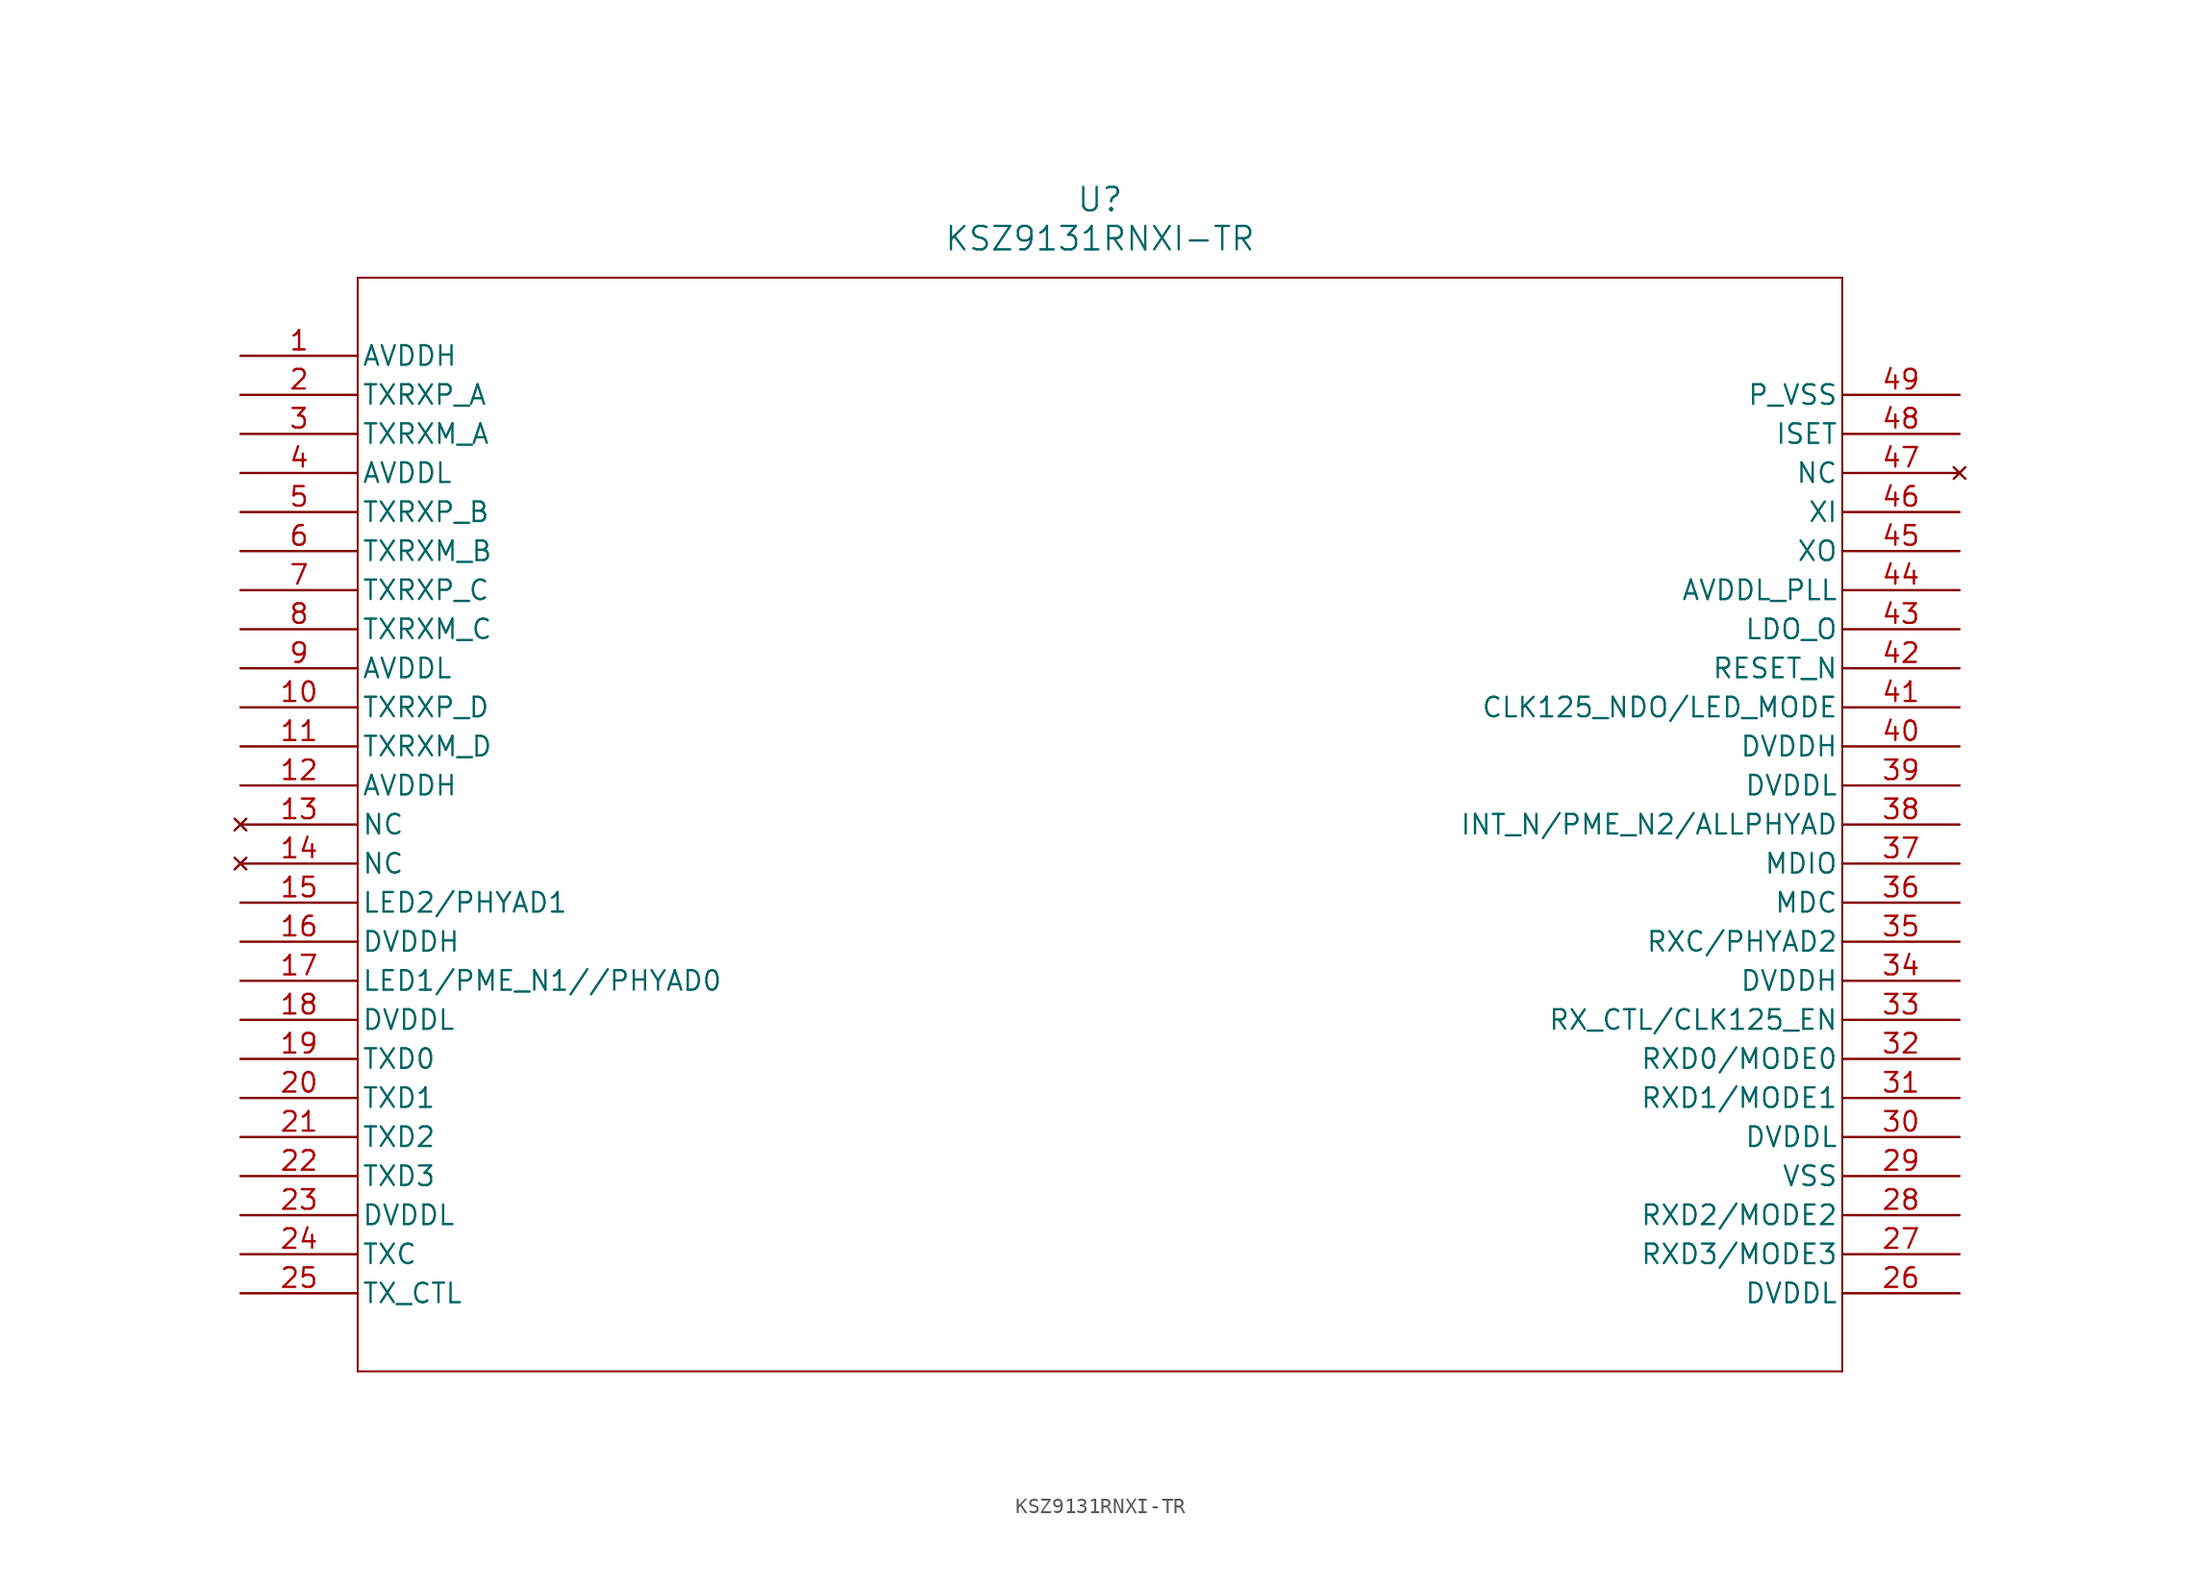
<source format=kicad_sym>
(kicad_symbol_lib
  (version 20211014)
  (generator kicad_symbol_editor)
  (symbol "KSZ9131RNXI-TR"
    (pin_names
      (offset 0.254))
    (property "Reference" "U"
      (at 55.88 10.16 0)
      (effects (font (size 1.524 1.524))))
    (property "Value" "KSZ9131RNXI-TR"
      (at 55.88 7.62 0)
      (effects (font (size 1.524 1.524))))
    (symbol "KSZ9131RNXI-TR_0_1"
      (polyline (pts (xy 7.62 5.08) (xy 7.62 -66.04)) (stroke (width 0.127) (type default) (color 0 0 0 0)) (fill (type none)))
      (polyline (pts (xy 7.62 -66.04) (xy 104.14 -66.04)) (stroke (width 0.127) (type default) (color 0 0 0 0)) (fill (type none)))
      (polyline (pts (xy 104.14 -66.04) (xy 104.14 5.08)) (stroke (width 0.127) (type default) (color 0 0 0 0)) (fill (type none)))
      (polyline (pts (xy 104.14 5.08) (xy 7.62 5.08)) (stroke (width 0.127) (type default) (color 0 0 0 0)) (fill (type none)))
      (pin power_in line (at 0 0 0) (length 7.62) (name "AVDDH" (effects (font (size 1.27 1.27)))) (number "1" (effects (font (size 1.27 1.27)))))
      (pin unspecified line (at 0 -2.54 0) (length 7.62) (name "TXRXP_A" (effects (font (size 1.27 1.27)))) (number "2" (effects (font (size 1.27 1.27)))))
      (pin unspecified line (at 0 -5.08 0) (length 7.62) (name "TXRXM_A" (effects (font (size 1.27 1.27)))) (number "3" (effects (font (size 1.27 1.27)))))
      (pin power_in line (at 0 -7.62 0) (length 7.62) (name "AVDDL" (effects (font (size 1.27 1.27)))) (number "4" (effects (font (size 1.27 1.27)))))
      (pin unspecified line (at 0 -10.16 0) (length 7.62) (name "TXRXP_B" (effects (font (size 1.27 1.27)))) (number "5" (effects (font (size 1.27 1.27)))))
      (pin unspecified line (at 0 -12.7 0) (length 7.62) (name "TXRXM_B" (effects (font (size 1.27 1.27)))) (number "6" (effects (font (size 1.27 1.27)))))
      (pin unspecified line (at 0 -15.24 0) (length 7.62) (name "TXRXP_C" (effects (font (size 1.27 1.27)))) (number "7" (effects (font (size 1.27 1.27)))))
      (pin unspecified line (at 0 -17.78 0) (length 7.62) (name "TXRXM_C" (effects (font (size 1.27 1.27)))) (number "8" (effects (font (size 1.27 1.27)))))
      (pin power_in line (at 0 -20.32 0) (length 7.62) (name "AVDDL" (effects (font (size 1.27 1.27)))) (number "9" (effects (font (size 1.27 1.27)))))
      (pin unspecified line (at 0 -22.86 0) (length 7.62) (name "TXRXP_D" (effects (font (size 1.27 1.27)))) (number "10" (effects (font (size 1.27 1.27)))))
      (pin unspecified line (at 0 -25.4 0) (length 7.62) (name "TXRXM_D" (effects (font (size 1.27 1.27)))) (number "11" (effects (font (size 1.27 1.27)))))
      (pin power_in line (at 0 -27.94 0) (length 7.62) (name "AVDDH" (effects (font (size 1.27 1.27)))) (number "12" (effects (font (size 1.27 1.27)))))
      (pin no_connect line (at 0 -30.48 0) (length 7.62) (name "NC" (effects (font (size 1.27 1.27)))) (number "13" (effects (font (size 1.27 1.27)))))
      (pin no_connect line (at 0 -33.02 0) (length 7.62) (name "NC" (effects (font (size 1.27 1.27)))) (number "14" (effects (font (size 1.27 1.27)))))
      (pin bidirectional line (at 0 -35.56 0) (length 7.62) (name "LED2/PHYAD1" (effects (font (size 1.27 1.27)))) (number "15" (effects (font (size 1.27 1.27)))))
      (pin power_in line (at 0 -38.1 0) (length 7.62) (name "DVDDH" (effects (font (size 1.27 1.27)))) (number "16" (effects (font (size 1.27 1.27)))))
      (pin bidirectional line (at 0 -40.64 0) (length 7.62) (name "LED1/PME_N1//PHYAD0" (effects (font (size 1.27 1.27)))) (number "17" (effects (font (size 1.27 1.27)))))
      (pin power_in line (at 0 -43.18 0) (length 7.62) (name "DVDDL" (effects (font (size 1.27 1.27)))) (number "18" (effects (font (size 1.27 1.27)))))
      (pin input line (at 0 -45.72 0) (length 7.62) (name "TXD0" (effects (font (size 1.27 1.27)))) (number "19" (effects (font (size 1.27 1.27)))))
      (pin input line (at 0 -48.26 0) (length 7.62) (name "TXD1" (effects (font (size 1.27 1.27)))) (number "20" (effects (font (size 1.27 1.27)))))
      (pin input line (at 0 -50.8 0) (length 7.62) (name "TXD2" (effects (font (size 1.27 1.27)))) (number "21" (effects (font (size 1.27 1.27)))))
      (pin input line (at 0 -53.34 0) (length 7.62) (name "TXD3" (effects (font (size 1.27 1.27)))) (number "22" (effects (font (size 1.27 1.27)))))
      (pin power_in line (at 0 -55.88 0) (length 7.62) (name "DVDDL" (effects (font (size 1.27 1.27)))) (number "23" (effects (font (size 1.27 1.27)))))
      (pin input line (at 0 -58.42 0) (length 7.62) (name "TXC" (effects (font (size 1.27 1.27)))) (number "24" (effects (font (size 1.27 1.27)))))
      (pin input line (at 0 -60.96 0) (length 7.62) (name "TX_CTL" (effects (font (size 1.27 1.27)))) (number "25" (effects (font (size 1.27 1.27)))))
      (pin power_in line (at 111.76 -60.96 180) (length 7.62) (name "DVDDL" (effects (font (size 1.27 1.27)))) (number "26" (effects (font (size 1.27 1.27)))))
      (pin bidirectional line (at 111.76 -58.42 180) (length 7.62) (name "RXD3/MODE3" (effects (font (size 1.27 1.27)))) (number "27" (effects (font (size 1.27 1.27)))))
      (pin bidirectional line (at 111.76 -55.88 180) (length 7.62) (name "RXD2/MODE2" (effects (font (size 1.27 1.27)))) (number "28" (effects (font (size 1.27 1.27)))))
      (pin power_out line (at 111.76 -53.34 180) (length 7.62) (name "VSS" (effects (font (size 1.27 1.27)))) (number "29" (effects (font (size 1.27 1.27)))))
      (pin power_in line (at 111.76 -50.8 180) (length 7.62) (name "DVDDL" (effects (font (size 1.27 1.27)))) (number "30" (effects (font (size 1.27 1.27)))))
      (pin bidirectional line (at 111.76 -48.26 180) (length 7.62) (name "RXD1/MODE1" (effects (font (size 1.27 1.27)))) (number "31" (effects (font (size 1.27 1.27)))))
      (pin bidirectional line (at 111.76 -45.72 180) (length 7.62) (name "RXD0/MODE0" (effects (font (size 1.27 1.27)))) (number "32" (effects (font (size 1.27 1.27)))))
      (pin bidirectional line (at 111.76 -43.18 180) (length 7.62) (name "RX_CTL/CLK125_EN" (effects (font (size 1.27 1.27)))) (number "33" (effects (font (size 1.27 1.27)))))
      (pin power_in line (at 111.76 -40.64 180) (length 7.62) (name "DVDDH" (effects (font (size 1.27 1.27)))) (number "34" (effects (font (size 1.27 1.27)))))
      (pin bidirectional line (at 111.76 -38.1 180) (length 7.62) (name "RXC/PHYAD2" (effects (font (size 1.27 1.27)))) (number "35" (effects (font (size 1.27 1.27)))))
      (pin input line (at 111.76 -35.56 180) (length 7.62) (name "MDC" (effects (font (size 1.27 1.27)))) (number "36" (effects (font (size 1.27 1.27)))))
      (pin bidirectional line (at 111.76 -33.02 180) (length 7.62) (name "MDIO" (effects (font (size 1.27 1.27)))) (number "37" (effects (font (size 1.27 1.27)))))
      (pin bidirectional line (at 111.76 -30.48 180) (length 7.62) (name "INT_N/PME_N2/ALLPHYAD" (effects (font (size 1.27 1.27)))) (number "38" (effects (font (size 1.27 1.27)))))
      (pin power_in line (at 111.76 -27.94 180) (length 7.62) (name "DVDDL" (effects (font (size 1.27 1.27)))) (number "39" (effects (font (size 1.27 1.27)))))
      (pin power_in line (at 111.76 -25.4 180) (length 7.62) (name "DVDDH" (effects (font (size 1.27 1.27)))) (number "40" (effects (font (size 1.27 1.27)))))
      (pin input line (at 111.76 -22.86 180) (length 7.62) (name "CLK125_NDO/LED_MODE" (effects (font (size 1.27 1.27)))) (number "41" (effects (font (size 1.27 1.27)))))
      (pin input line (at 111.76 -20.32 180) (length 7.62) (name "RESET_N" (effects (font (size 1.27 1.27)))) (number "42" (effects (font (size 1.27 1.27)))))
      (pin output line (at 111.76 -17.78 180) (length 7.62) (name "LDO_O" (effects (font (size 1.27 1.27)))) (number "43" (effects (font (size 1.27 1.27)))))
      (pin power_in line (at 111.76 -15.24 180) (length 7.62) (name "AVDDL_PLL" (effects (font (size 1.27 1.27)))) (number "44" (effects (font (size 1.27 1.27)))))
      (pin output line (at 111.76 -12.7 180) (length 7.62) (name "XO" (effects (font (size 1.27 1.27)))) (number "45" (effects (font (size 1.27 1.27)))))
      (pin input line (at 111.76 -10.16 180) (length 7.62) (name "XI" (effects (font (size 1.27 1.27)))) (number "46" (effects (font (size 1.27 1.27)))))
      (pin no_connect line (at 111.76 -7.62 180) (length 7.62) (name "NC" (effects (font (size 1.27 1.27)))) (number "47" (effects (font (size 1.27 1.27)))))
      (pin input line (at 111.76 -5.08 180) (length 7.62) (name "ISET" (effects (font (size 1.27 1.27)))) (number "48" (effects (font (size 1.27 1.27)))))
      (pin power_out line (at 111.76 -2.54 180) (length 7.62) (name "P_VSS" (effects (font (size 1.27 1.27)))) (number "49" (effects (font (size 1.27 1.27))))))))
</source>
